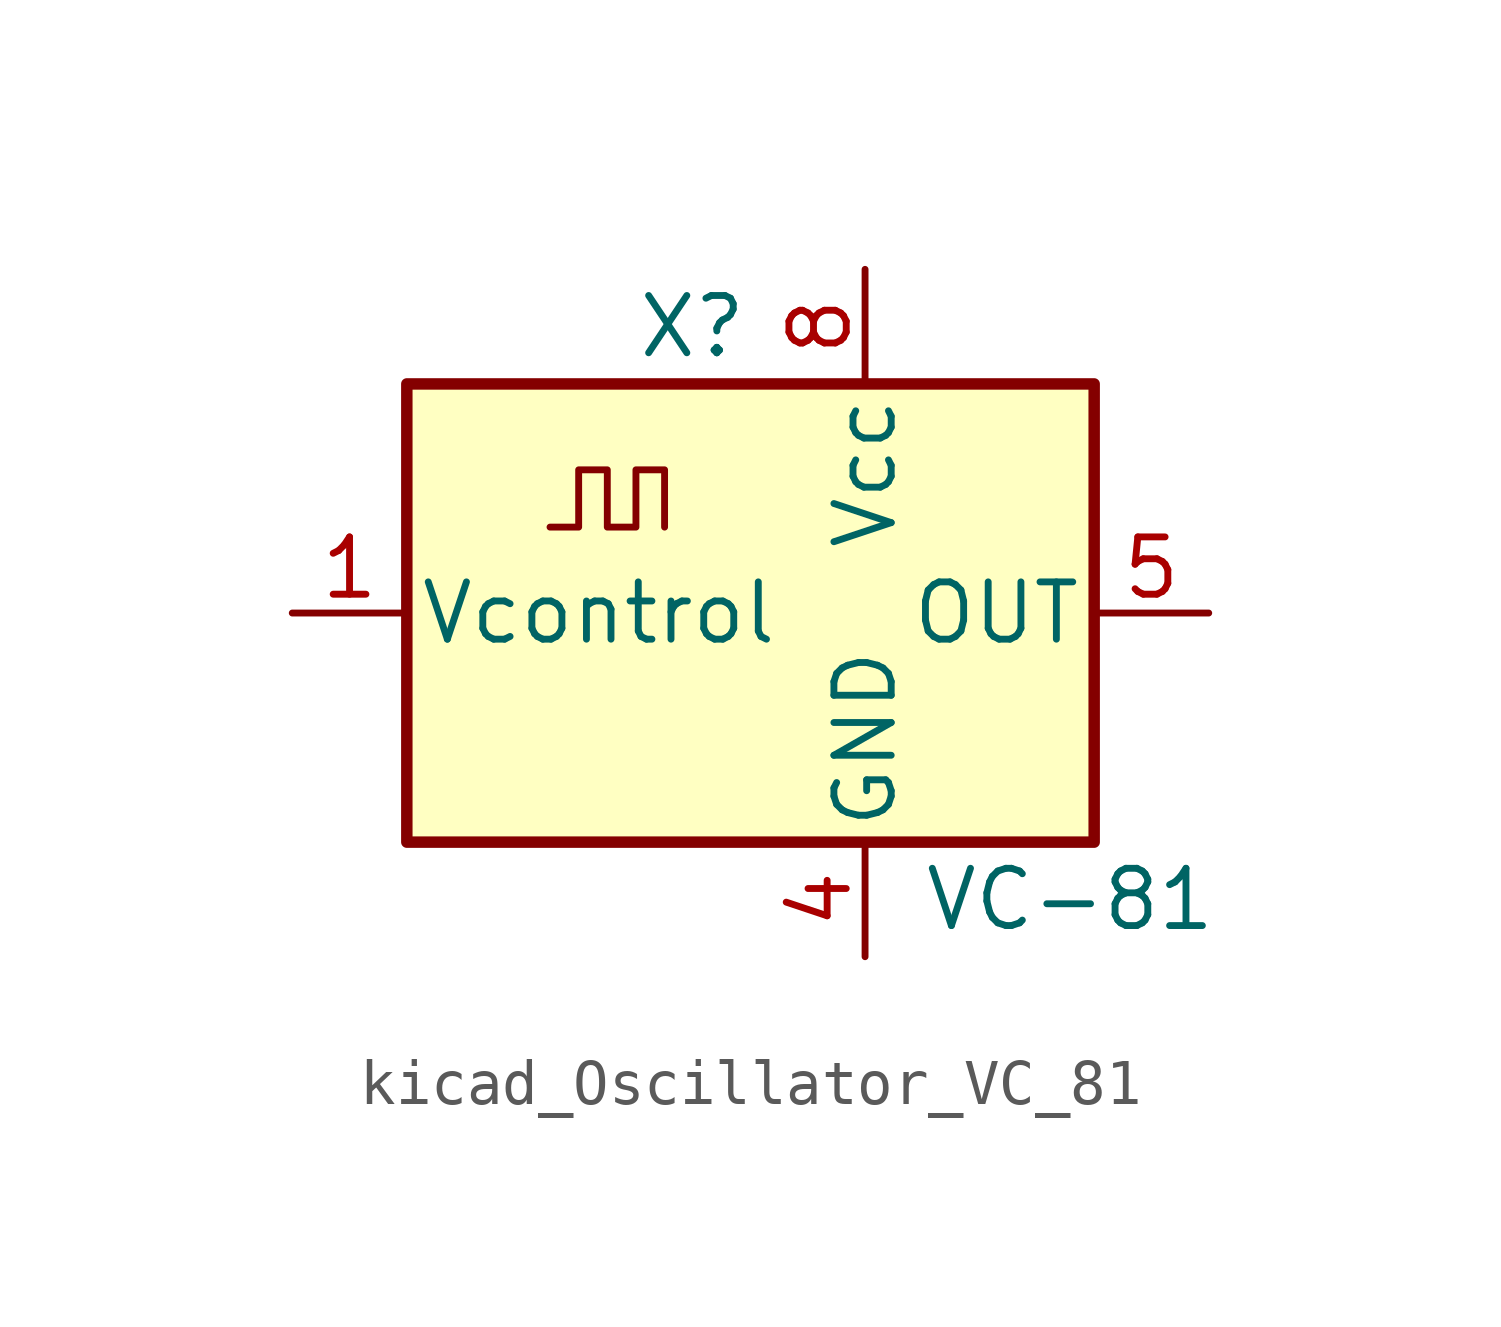
<source format=kicad_sym>
(kicad_symbol_lib
  (version 20220914)
  (generator kicad_symbol_editor)
  (symbol "kicad_Oscillator_VC_81"
    (pin_names
      (offset 0.254))
    (property "Reference" "X"
      (at -5.08 6.35 0)
      (effects (font (size 1.27 1.27)) (justify left)))
    (property "Value" "VC-81"
      (at 1.27 -6.35 0)
      (effects (font (size 1.27 1.27)) (justify left)))
    (symbol "kicad_Oscillator_VC_81_0_1"
      (rectangle (start -10.16 5.08) (end 5.08 -5.08) (stroke (width 0.254) (type default)) (fill (type background)))
      (polyline (pts (xy -6.985 1.905) (xy -6.35 1.905) (xy -6.35 3.175) (xy -5.715 3.175) (xy -5.715 1.905) (xy -5.08 1.905) (xy -5.08 3.175) (xy -4.445 3.175) (xy -4.445 1.905)) (stroke (width 0) (type default)) (fill (type none))))
    (symbol "kicad_Oscillator_VC_81_1_1"
      (pin input line (at -12.7 0 0) (length 2.54) (name "Vcontrol" (effects (font (size 1.27 1.27)))) (number "1" (effects (font (size 1.27 1.27)))))
      (pin power_in line (at 0 -7.62 90) (length 2.54) (name "GND" (effects (font (size 1.27 1.27)))) (number "4" (effects (font (size 1.27 1.27)))))
      (pin output line (at 7.62 0 180) (length 2.54) (name "OUT" (effects (font (size 1.27 1.27)))) (number "5" (effects (font (size 1.27 1.27)))))
      (pin power_in line (at 0 7.62 270) (length 2.54) (name "Vcc" (effects (font (size 1.27 1.27)))) (number "8" (effects (font (size 1.27 1.27))))))))
</source>
